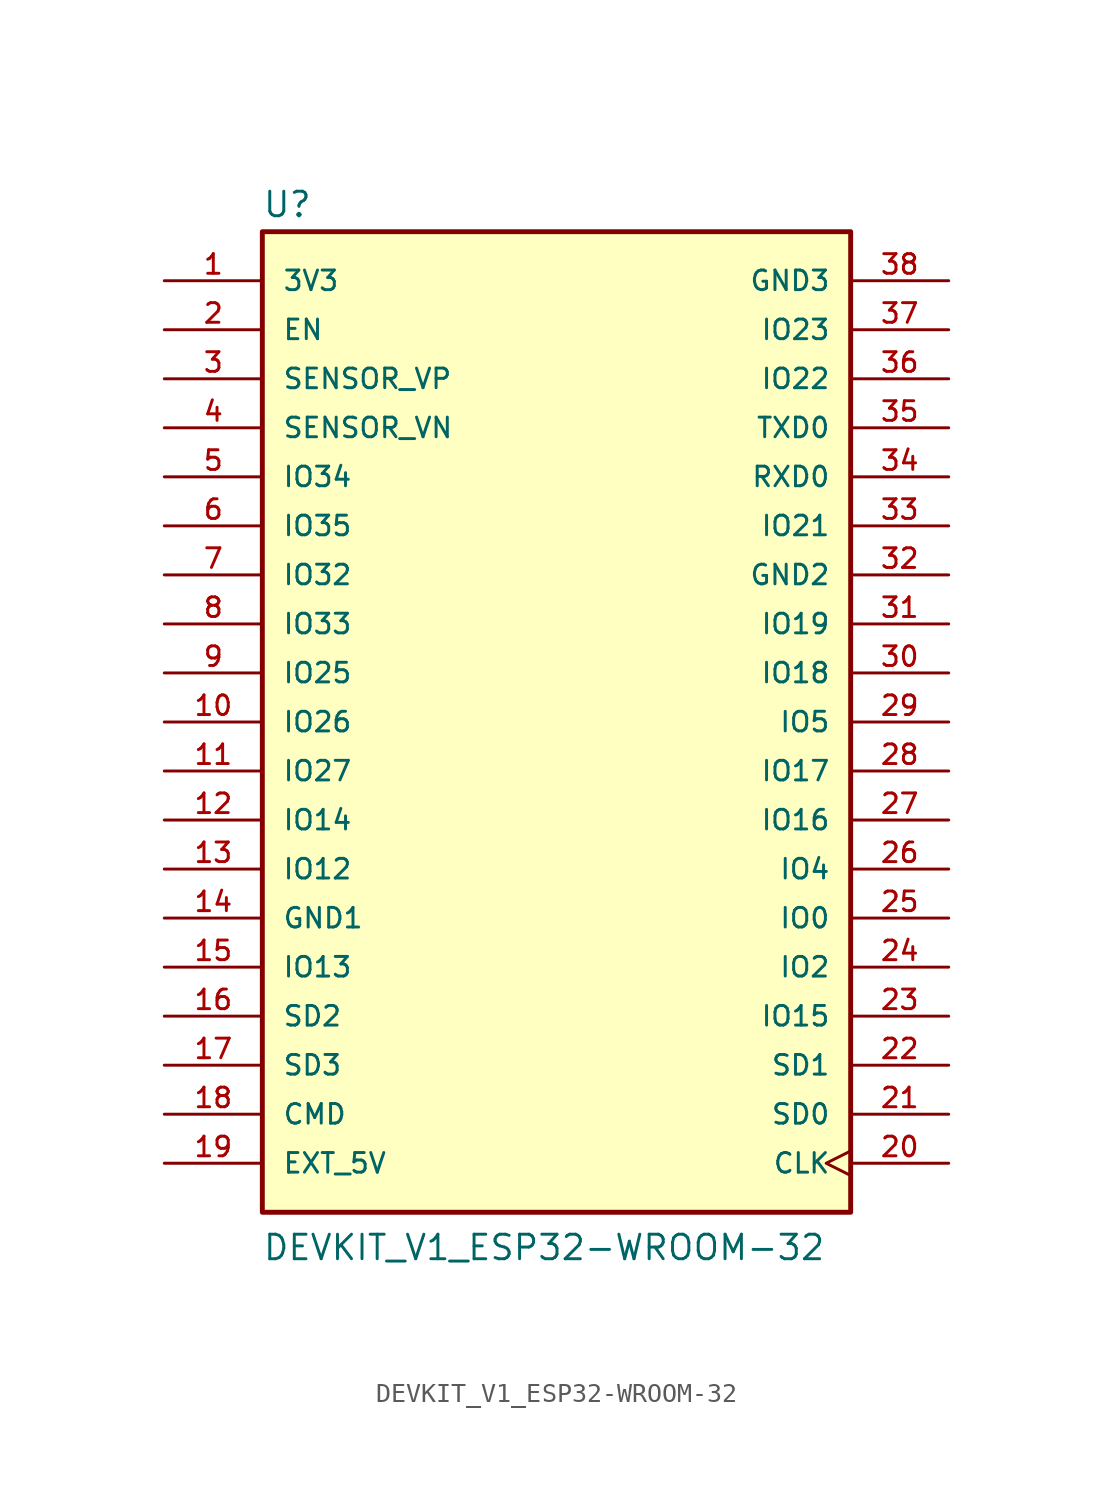
<source format=kicad_sym>
(kicad_symbol_lib
  (version 20211014)
  (generator kicad_symbol_editor)
  (symbol "DEVKIT_V1_ESP32-WROOM-32"
    (pin_names
      (offset 1.016))
    (property "Reference" "U"
      (at -15.257 26.064 0)
      (effects (font (size 1.27 1.27)) (justify bottom left)))
    (property "Value" "DEVKIT_V1_ESP32-WROOM-32"
      (at -15.256 -27.97 0)
      (effects (font (size 1.27 1.27)) (justify bottom left)))
    (symbol "DEVKIT_V1_ESP32-WROOM-32_0_0"
      (rectangle (start -15.24 -25.4) (end 15.24 25.4) (stroke (width 0.254)) (fill (type background)))
      (pin power_in line (at -20.32 22.86 0) (length 5.08) (name "3V3" (effects (font (size 1.016 1.016)))) (number "1" (effects (font (size 1.016 1.016)))))
      (pin input line (at -20.32 20.32 0) (length 5.08) (name "EN" (effects (font (size 1.016 1.016)))) (number "2" (effects (font (size 1.016 1.016)))))
      (pin input line (at -20.32 17.78 0) (length 5.08) (name "SENSOR_VP" (effects (font (size 1.016 1.016)))) (number "3" (effects (font (size 1.016 1.016)))))
      (pin input line (at -20.32 15.24 0) (length 5.08) (name "SENSOR_VN" (effects (font (size 1.016 1.016)))) (number "4" (effects (font (size 1.016 1.016)))))
      (pin bidirectional line (at -20.32 12.7 0) (length 5.08) (name "IO34" (effects (font (size 1.016 1.016)))) (number "5" (effects (font (size 1.016 1.016)))))
      (pin bidirectional line (at -20.32 10.16 0) (length 5.08) (name "IO35" (effects (font (size 1.016 1.016)))) (number "6" (effects (font (size 1.016 1.016)))))
      (pin bidirectional line (at -20.32 7.62 0) (length 5.08) (name "IO32" (effects (font (size 1.016 1.016)))) (number "7" (effects (font (size 1.016 1.016)))))
      (pin bidirectional line (at -20.32 5.08 0) (length 5.08) (name "IO33" (effects (font (size 1.016 1.016)))) (number "8" (effects (font (size 1.016 1.016)))))
      (pin bidirectional line (at -20.32 2.54 0) (length 5.08) (name "IO25" (effects (font (size 1.016 1.016)))) (number "9" (effects (font (size 1.016 1.016)))))
      (pin bidirectional line (at -20.32 0.0 0) (length 5.08) (name "IO26" (effects (font (size 1.016 1.016)))) (number "10" (effects (font (size 1.016 1.016)))))
      (pin bidirectional line (at -20.32 -2.54 0) (length 5.08) (name "IO27" (effects (font (size 1.016 1.016)))) (number "11" (effects (font (size 1.016 1.016)))))
      (pin bidirectional line (at -20.32 -5.08 0) (length 5.08) (name "IO14" (effects (font (size 1.016 1.016)))) (number "12" (effects (font (size 1.016 1.016)))))
      (pin bidirectional line (at -20.32 -7.62 0) (length 5.08) (name "IO12" (effects (font (size 1.016 1.016)))) (number "13" (effects (font (size 1.016 1.016)))))
      (pin power_in line (at -20.32 -10.16 0) (length 5.08) (name "GND1" (effects (font (size 1.016 1.016)))) (number "14" (effects (font (size 1.016 1.016)))))
      (pin bidirectional line (at -20.32 -12.7 0) (length 5.08) (name "IO13" (effects (font (size 1.016 1.016)))) (number "15" (effects (font (size 1.016 1.016)))))
      (pin bidirectional line (at -20.32 -15.24 0) (length 5.08) (name "SD2" (effects (font (size 1.016 1.016)))) (number "16" (effects (font (size 1.016 1.016)))))
      (pin bidirectional line (at -20.32 -17.78 0) (length 5.08) (name "SD3" (effects (font (size 1.016 1.016)))) (number "17" (effects (font (size 1.016 1.016)))))
      (pin bidirectional line (at -20.32 -20.32 0) (length 5.08) (name "CMD" (effects (font (size 1.016 1.016)))) (number "18" (effects (font (size 1.016 1.016)))))
      (pin power_in line (at -20.32 -22.86 0) (length 5.08) (name "EXT_5V" (effects (font (size 1.016 1.016)))) (number "19" (effects (font (size 1.016 1.016)))))
      (pin input clock (at 20.32 -22.86 180.0) (length 5.08) (name "CLK" (effects (font (size 1.016 1.016)))) (number "20" (effects (font (size 1.016 1.016)))))
      (pin bidirectional line (at 20.32 -20.32 180.0) (length 5.08) (name "SD0" (effects (font (size 1.016 1.016)))) (number "21" (effects (font (size 1.016 1.016)))))
      (pin bidirectional line (at 20.32 -17.78 180.0) (length 5.08) (name "SD1" (effects (font (size 1.016 1.016)))) (number "22" (effects (font (size 1.016 1.016)))))
      (pin bidirectional line (at 20.32 -15.24 180.0) (length 5.08) (name "IO15" (effects (font (size 1.016 1.016)))) (number "23" (effects (font (size 1.016 1.016)))))
      (pin bidirectional line (at 20.32 -12.7 180.0) (length 5.08) (name "IO2" (effects (font (size 1.016 1.016)))) (number "24" (effects (font (size 1.016 1.016)))))
      (pin bidirectional line (at 20.32 -10.16 180.0) (length 5.08) (name "IO0" (effects (font (size 1.016 1.016)))) (number "25" (effects (font (size 1.016 1.016)))))
      (pin bidirectional line (at 20.32 -7.62 180.0) (length 5.08) (name "IO4" (effects (font (size 1.016 1.016)))) (number "26" (effects (font (size 1.016 1.016)))))
      (pin bidirectional line (at 20.32 -5.08 180.0) (length 5.08) (name "IO16" (effects (font (size 1.016 1.016)))) (number "27" (effects (font (size 1.016 1.016)))))
      (pin bidirectional line (at 20.32 -2.54 180.0) (length 5.08) (name "IO17" (effects (font (size 1.016 1.016)))) (number "28" (effects (font (size 1.016 1.016)))))
      (pin bidirectional line (at 20.32 0.0 180.0) (length 5.08) (name "IO5" (effects (font (size 1.016 1.016)))) (number "29" (effects (font (size 1.016 1.016)))))
      (pin bidirectional line (at 20.32 2.54 180.0) (length 5.08) (name "IO18" (effects (font (size 1.016 1.016)))) (number "30" (effects (font (size 1.016 1.016)))))
      (pin bidirectional line (at 20.32 5.08 180.0) (length 5.08) (name "IO19" (effects (font (size 1.016 1.016)))) (number "31" (effects (font (size 1.016 1.016)))))
      (pin power_in line (at 20.32 7.62 180.0) (length 5.08) (name "GND2" (effects (font (size 1.016 1.016)))) (number "32" (effects (font (size 1.016 1.016)))))
      (pin bidirectional line (at 20.32 10.16 180.0) (length 5.08) (name "IO21" (effects (font (size 1.016 1.016)))) (number "33" (effects (font (size 1.016 1.016)))))
      (pin input line (at 20.32 12.7 180.0) (length 5.08) (name "RXD0" (effects (font (size 1.016 1.016)))) (number "34" (effects (font (size 1.016 1.016)))))
      (pin output line (at 20.32 15.24 180.0) (length 5.08) (name "TXD0" (effects (font (size 1.016 1.016)))) (number "35" (effects (font (size 1.016 1.016)))))
      (pin bidirectional line (at 20.32 17.78 180.0) (length 5.08) (name "IO22" (effects (font (size 1.016 1.016)))) (number "36" (effects (font (size 1.016 1.016)))))
      (pin bidirectional line (at 20.32 20.32 180.0) (length 5.08) (name "IO23" (effects (font (size 1.016 1.016)))) (number "37" (effects (font (size 1.016 1.016)))))
      (pin power_in line (at 20.32 22.86 180.0) (length 5.08) (name "GND3" (effects (font (size 1.016 1.016)))) (number "38" (effects (font (size 1.016 1.016))))))))
</source>
